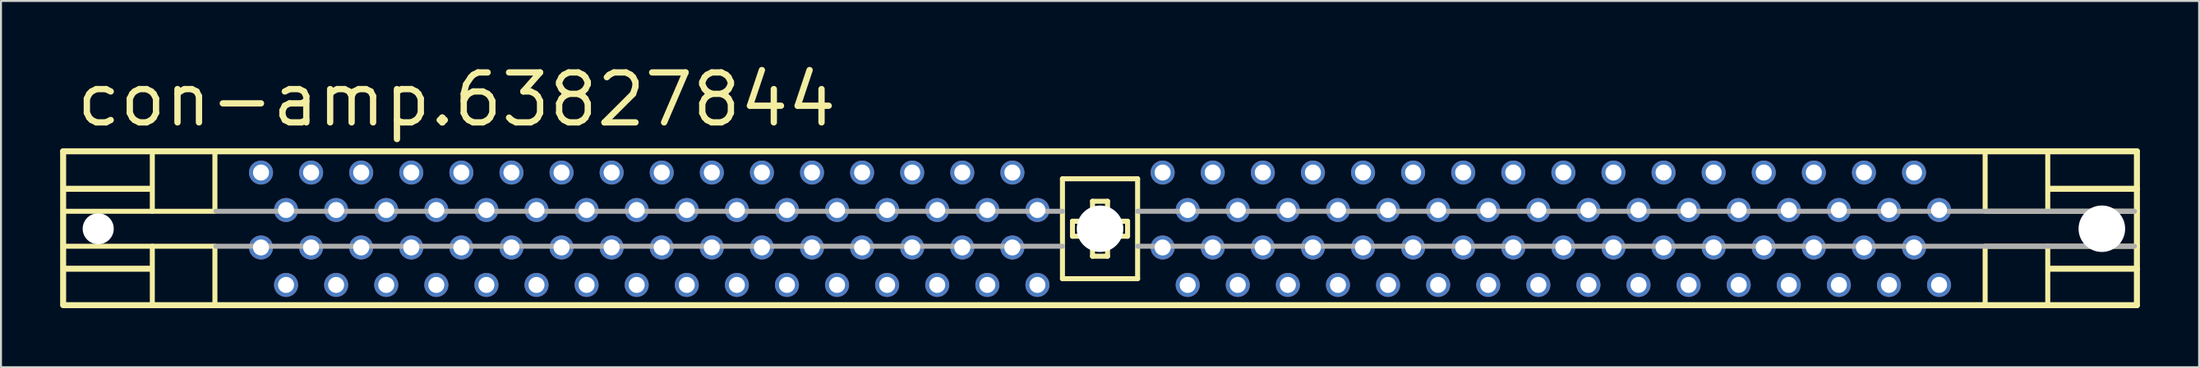
<source format=kicad_pcb>
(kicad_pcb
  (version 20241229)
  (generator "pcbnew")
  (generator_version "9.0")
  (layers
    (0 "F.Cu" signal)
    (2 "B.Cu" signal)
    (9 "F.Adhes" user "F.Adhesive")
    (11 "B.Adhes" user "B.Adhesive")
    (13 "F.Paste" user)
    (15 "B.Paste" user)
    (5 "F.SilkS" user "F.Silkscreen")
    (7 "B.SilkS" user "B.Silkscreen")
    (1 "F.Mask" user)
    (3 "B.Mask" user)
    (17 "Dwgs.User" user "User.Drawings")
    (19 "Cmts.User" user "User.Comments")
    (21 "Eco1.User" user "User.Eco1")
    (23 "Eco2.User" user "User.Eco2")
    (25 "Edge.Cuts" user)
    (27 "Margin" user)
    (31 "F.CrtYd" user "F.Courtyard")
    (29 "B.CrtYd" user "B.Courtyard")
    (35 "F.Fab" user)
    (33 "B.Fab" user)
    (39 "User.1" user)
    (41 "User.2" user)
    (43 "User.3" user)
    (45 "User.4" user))
  (footprint "con-amp.63827844"
    (layer "F.Cu")
    (at 52.73 8.58)
    (property "Reference" "con-amp.63827844" (at -52.07 -5.08 0) (layer "F.SilkS") (effects (font (size 2.54 2.54) (thickness 0.32)) (justify left bottom)))
    (attr through_hole)
    (fp_line (start -52.578 -3.937) (end -52.578 3.81) (stroke (width 0.305) (type default)) (layer "F.SilkS"))
    (fp_line (start -52.578 -3.937) (end 52.578 -3.937) (stroke (width 0.305) (type default)) (layer "F.SilkS"))
    (fp_line (start -52.578 -0.889) (end -44.958 -0.889) (stroke (width 0.254) (type default)) (layer "F.SilkS"))
    (fp_line (start -52.578 0.889) (end -44.958 0.889) (stroke (width 0.254) (type default)) (layer "F.SilkS"))
    (fp_line (start -52.451 -2.032) (end -48.133 -2.032) (stroke (width 0.305) (type default)) (layer "F.SilkS"))
    (fp_line (start -52.451 2.032) (end -48.133 2.032) (stroke (width 0.305) (type default)) (layer "F.SilkS"))
    (fp_line (start -48.057 -3.861) (end -48.057 -0.889) (stroke (width 0.254) (type default)) (layer "F.SilkS"))
    (fp_line (start -48.057 0.889) (end -48.057 3.81) (stroke (width 0.254) (type default)) (layer "F.SilkS"))
    (fp_line (start -44.882 -3.861) (end -44.882 -0.889) (stroke (width 0.254) (type default)) (layer "F.SilkS"))
    (fp_line (start -44.882 0.889) (end -44.882 3.81) (stroke (width 0.254) (type default)) (layer "F.SilkS"))
    (fp_line (start -1.905 -2.54) (end -1.905 2.54) (stroke (width 0.254) (type default)) (layer "F.SilkS"))
    (fp_line (start -1.905 2.54) (end 1.905 2.54) (stroke (width 0.254) (type default)) (layer "F.SilkS"))
    (fp_line (start -1.397 -0.381) (end -1.397 0.381) (stroke (width 0.254) (type default)) (layer "F.SilkS"))
    (fp_line (start -1.397 0.381) (end -0.381 0.381) (stroke (width 0.254) (type default)) (layer "F.SilkS"))
    (fp_line (start -0.381 -1.397) (end -0.381 -0.381) (stroke (width 0.254) (type default)) (layer "F.SilkS"))
    (fp_line (start -0.381 -0.381) (end -1.397 -0.381) (stroke (width 0.254) (type default)) (layer "F.SilkS"))
    (fp_line (start -0.381 0.381) (end -0.381 1.397) (stroke (width 0.254) (type default)) (layer "F.SilkS"))
    (fp_line (start -0.381 1.397) (end 0.381 1.397) (stroke (width 0.254) (type default)) (layer "F.SilkS"))
    (fp_line (start 0.381 -1.397) (end -0.381 -1.397) (stroke (width 0.254) (type default)) (layer "F.SilkS"))
    (fp_line (start 0.381 -0.381) (end 0.381 -1.397) (stroke (width 0.254) (type default)) (layer "F.SilkS"))
    (fp_line (start 0.381 0.381) (end 1.397 0.381) (stroke (width 0.254) (type default)) (layer "F.SilkS"))
    (fp_line (start 0.381 1.397) (end 0.381 0.381) (stroke (width 0.254) (type default)) (layer "F.SilkS"))
    (fp_line (start 1.397 -0.381) (end 0.381 -0.381) (stroke (width 0.254) (type default)) (layer "F.SilkS"))
    (fp_line (start 1.397 0.381) (end 1.397 -0.381) (stroke (width 0.254) (type default)) (layer "F.SilkS"))
    (fp_line (start 1.905 -2.54) (end -1.905 -2.54) (stroke (width 0.254) (type default)) (layer "F.SilkS"))
    (fp_line (start 1.905 2.54) (end 1.905 -2.54) (stroke (width 0.254) (type default)) (layer "F.SilkS"))
    (fp_line (start 44.882 -3.861) (end 44.882 -0.889) (stroke (width 0.254) (type default)) (layer "F.SilkS"))
    (fp_line (start 44.882 0.889) (end 44.882 3.81) (stroke (width 0.254) (type default)) (layer "F.SilkS"))
    (fp_line (start 48.057 -3.861) (end 48.057 -0.889) (stroke (width 0.254) (type default)) (layer "F.SilkS"))
    (fp_line (start 48.057 0.889) (end 48.057 3.81) (stroke (width 0.254) (type default)) (layer "F.SilkS"))
    (fp_line (start 52.578 -3.937) (end 52.578 -2.032) (stroke (width 0.305) (type default)) (layer "F.SilkS"))
    (fp_line (start 52.578 -2.032) (end 48.133 -2.032) (stroke (width 0.305) (type default)) (layer "F.SilkS"))
    (fp_line (start 52.578 -2.032) (end 52.578 -0.889) (stroke (width 0.305) (type default)) (layer "F.SilkS"))
    (fp_line (start 52.578 -0.889) (end 44.958 -0.889) (stroke (width 0.254) (type default)) (layer "F.SilkS"))
    (fp_line (start 52.578 -0.889) (end 52.578 0.889) (stroke (width 0.305) (type default)) (layer "F.SilkS"))
    (fp_line (start 52.578 0.889) (end 44.958 0.889) (stroke (width 0.254) (type default)) (layer "F.SilkS"))
    (fp_line (start 52.578 0.889) (end 52.578 2.032) (stroke (width 0.305) (type default)) (layer "F.SilkS"))
    (fp_line (start 52.578 2.032) (end 48.133 2.032) (stroke (width 0.305) (type default)) (layer "F.SilkS"))
    (fp_line (start 52.578 2.032) (end 52.578 3.886) (stroke (width 0.305) (type default)) (layer "F.SilkS"))
    (fp_line (start 52.578 3.886) (end -52.578 3.886) (stroke (width 0.305) (type default)) (layer "F.SilkS"))
    (fp_line (start -44.831 -0.889) (end -1.905 -0.889) (stroke (width 0.254) (type default)) (layer "F.Fab"))
    (fp_line (start -44.831 0.889) (end -1.905 0.889) (stroke (width 0.254) (type default)) (layer "F.Fab"))
    (fp_line (start 1.905 -0.889) (end 52.451 -0.889) (stroke (width 0.254) (type default)) (layer "F.Fab"))
    (fp_line (start 1.905 0.889) (end 52.451 0.889) (stroke (width 0.254) (type default)) (layer "F.Fab"))
    (pad "" np_thru_hole circle (at -50.8 0) (size 1.575 1.575) (drill 1.575) (layers "*.Cu" "*.Mask"))
    (pad "" np_thru_hole circle (at 0 0) (size 2.362 2.362) (drill 2.362) (layers "*.Cu" "*.Mask"))
    (pad "" np_thru_hole circle (at 50.8 0) (size 2.362 2.362) (drill 2.362) (layers "*.Cu" "*.Mask"))
    (pad "1" thru_hole circle (at -42.545 0.953) (size 1.219 1.219) (drill 0.813) (layers "*.Cu" "*.Mask"))
    (pad "2" thru_hole circle (at -41.275 2.857) (size 1.219 1.219) (drill 0.813) (layers "*.Cu" "*.Mask"))
    (pad "3" thru_hole circle (at -40.005 0.953) (size 1.219 1.219) (drill 0.813) (layers "*.Cu" "*.Mask"))
    (pad "4" thru_hole circle (at -38.735 2.857) (size 1.219 1.219) (drill 0.813) (layers "*.Cu" "*.Mask"))
    (pad "5" thru_hole circle (at -37.465 0.953) (size 1.219 1.219) (drill 0.813) (layers "*.Cu" "*.Mask"))
    (pad "6" thru_hole circle (at -36.195 2.857) (size 1.219 1.219) (drill 0.813) (layers "*.Cu" "*.Mask"))
    (pad "7" thru_hole circle (at -34.925 0.953) (size 1.219 1.219) (drill 0.813) (layers "*.Cu" "*.Mask"))
    (pad "8" thru_hole circle (at -33.655 2.857) (size 1.219 1.219) (drill 0.813) (layers "*.Cu" "*.Mask"))
    (pad "9" thru_hole circle (at -32.385 0.953) (size 1.219 1.219) (drill 0.813) (layers "*.Cu" "*.Mask"))
    (pad "10" thru_hole circle (at -31.115 2.857) (size 1.219 1.219) (drill 0.813) (layers "*.Cu" "*.Mask"))
    (pad "11" thru_hole circle (at -29.845 0.953) (size 1.219 1.219) (drill 0.813) (layers "*.Cu" "*.Mask"))
    (pad "12" thru_hole circle (at -28.575 2.857) (size 1.219 1.219) (drill 0.813) (layers "*.Cu" "*.Mask"))
    (pad "13" thru_hole circle (at -27.305 0.953) (size 1.219 1.219) (drill 0.813) (layers "*.Cu" "*.Mask"))
    (pad "14" thru_hole circle (at -26.035 2.857) (size 1.219 1.219) (drill 0.813) (layers "*.Cu" "*.Mask"))
    (pad "15" thru_hole circle (at -24.765 0.953) (size 1.219 1.219) (drill 0.813) (layers "*.Cu" "*.Mask"))
    (pad "16" thru_hole circle (at -23.495 2.857) (size 1.219 1.219) (drill 0.813) (layers "*.Cu" "*.Mask"))
    (pad "17" thru_hole circle (at -22.225 0.953) (size 1.219 1.219) (drill 0.813) (layers "*.Cu" "*.Mask"))
    (pad "18" thru_hole circle (at -20.955 2.857) (size 1.219 1.219) (drill 0.813) (layers "*.Cu" "*.Mask"))
    (pad "19" thru_hole circle (at -19.685 0.953) (size 1.219 1.219) (drill 0.813) (layers "*.Cu" "*.Mask"))
    (pad "20" thru_hole circle (at -18.415 2.857) (size 1.219 1.219) (drill 0.813) (layers "*.Cu" "*.Mask"))
    (pad "21" thru_hole circle (at -17.145 0.953) (size 1.219 1.219) (drill 0.813) (layers "*.Cu" "*.Mask"))
    (pad "22" thru_hole circle (at -15.875 2.857) (size 1.219 1.219) (drill 0.813) (layers "*.Cu" "*.Mask"))
    (pad "23" thru_hole circle (at -14.605 0.953) (size 1.219 1.219) (drill 0.813) (layers "*.Cu" "*.Mask"))
    (pad "24" thru_hole circle (at -13.335 2.857) (size 1.219 1.219) (drill 0.813) (layers "*.Cu" "*.Mask"))
    (pad "25" thru_hole circle (at -12.065 0.953) (size 1.219 1.219) (drill 0.813) (layers "*.Cu" "*.Mask"))
    (pad "26" thru_hole circle (at -10.795 2.857) (size 1.219 1.219) (drill 0.813) (layers "*.Cu" "*.Mask"))
    (pad "27" thru_hole circle (at -9.525 0.953) (size 1.219 1.219) (drill 0.813) (layers "*.Cu" "*.Mask"))
    (pad "28" thru_hole circle (at -8.255 2.857) (size 1.219 1.219) (drill 0.813) (layers "*.Cu" "*.Mask"))
    (pad "29" thru_hole circle (at -6.985 0.953) (size 1.219 1.219) (drill 0.813) (layers "*.Cu" "*.Mask"))
    (pad "30" thru_hole circle (at -5.715 2.857) (size 1.219 1.219) (drill 0.813) (layers "*.Cu" "*.Mask"))
    (pad "31" thru_hole circle (at -4.445 0.953) (size 1.219 1.219) (drill 0.813) (layers "*.Cu" "*.Mask"))
    (pad "32" thru_hole circle (at -3.175 2.857) (size 1.219 1.219) (drill 0.813) (layers "*.Cu" "*.Mask"))
    (pad "33" thru_hole circle (at 3.175 0.953) (size 1.219 1.219) (drill 0.813) (layers "*.Cu" "*.Mask"))
    (pad "34" thru_hole circle (at 4.445 2.857) (size 1.219 1.219) (drill 0.813) (layers "*.Cu" "*.Mask"))
    (pad "35" thru_hole circle (at 5.715 0.953) (size 1.219 1.219) (drill 0.813) (layers "*.Cu" "*.Mask"))
    (pad "36" thru_hole circle (at 6.985 2.857) (size 1.219 1.219) (drill 0.813) (layers "*.Cu" "*.Mask"))
    (pad "37" thru_hole circle (at 8.255 0.953) (size 1.219 1.219) (drill 0.813) (layers "*.Cu" "*.Mask"))
    (pad "38" thru_hole circle (at 9.525 2.857) (size 1.219 1.219) (drill 0.813) (layers "*.Cu" "*.Mask"))
    (pad "39" thru_hole circle (at 10.795 0.953) (size 1.219 1.219) (drill 0.813) (layers "*.Cu" "*.Mask"))
    (pad "40" thru_hole circle (at 12.065 2.857) (size 1.219 1.219) (drill 0.813) (layers "*.Cu" "*.Mask"))
    (pad "41" thru_hole circle (at 13.335 0.953) (size 1.219 1.219) (drill 0.813) (layers "*.Cu" "*.Mask"))
    (pad "42" thru_hole circle (at 14.605 2.857) (size 1.219 1.219) (drill 0.813) (layers "*.Cu" "*.Mask"))
    (pad "43" thru_hole circle (at 15.875 0.953) (size 1.219 1.219) (drill 0.813) (layers "*.Cu" "*.Mask"))
    (pad "44" thru_hole circle (at 17.145 2.857) (size 1.219 1.219) (drill 0.813) (layers "*.Cu" "*.Mask"))
    (pad "45" thru_hole circle (at 18.415 0.953) (size 1.219 1.219) (drill 0.813) (layers "*.Cu" "*.Mask"))
    (pad "46" thru_hole circle (at 19.685 2.857) (size 1.219 1.219) (drill 0.813) (layers "*.Cu" "*.Mask"))
    (pad "47" thru_hole circle (at 20.955 0.953) (size 1.219 1.219) (drill 0.813) (layers "*.Cu" "*.Mask"))
    (pad "48" thru_hole circle (at 22.225 2.857) (size 1.219 1.219) (drill 0.813) (layers "*.Cu" "*.Mask"))
    (pad "49" thru_hole circle (at 23.495 0.953) (size 1.219 1.219) (drill 0.813) (layers "*.Cu" "*.Mask"))
    (pad "50" thru_hole circle (at 24.765 2.857) (size 1.219 1.219) (drill 0.813) (layers "*.Cu" "*.Mask"))
    (pad "51" thru_hole circle (at 26.035 0.953) (size 1.219 1.219) (drill 0.813) (layers "*.Cu" "*.Mask"))
    (pad "52" thru_hole circle (at 27.305 2.857) (size 1.219 1.219) (drill 0.813) (layers "*.Cu" "*.Mask"))
    (pad "53" thru_hole circle (at 28.575 0.953) (size 1.219 1.219) (drill 0.813) (layers "*.Cu" "*.Mask"))
    (pad "54" thru_hole circle (at 29.845 2.857) (size 1.219 1.219) (drill 0.813) (layers "*.Cu" "*.Mask"))
    (pad "55" thru_hole circle (at 31.115 0.953) (size 1.219 1.219) (drill 0.813) (layers "*.Cu" "*.Mask"))
    (pad "56" thru_hole circle (at 32.385 2.857) (size 1.219 1.219) (drill 0.813) (layers "*.Cu" "*.Mask"))
    (pad "57" thru_hole circle (at 33.655 0.953) (size 1.219 1.219) (drill 0.813) (layers "*.Cu" "*.Mask"))
    (pad "58" thru_hole circle (at 34.925 2.857) (size 1.219 1.219) (drill 0.813) (layers "*.Cu" "*.Mask"))
    (pad "59" thru_hole circle (at 36.195 0.953) (size 1.219 1.219) (drill 0.813) (layers "*.Cu" "*.Mask"))
    (pad "60" thru_hole circle (at 37.465 2.857) (size 1.219 1.219) (drill 0.813) (layers "*.Cu" "*.Mask"))
    (pad "61" thru_hole circle (at 38.735 0.953) (size 1.219 1.219) (drill 0.813) (layers "*.Cu" "*.Mask"))
    (pad "62" thru_hole circle (at 40.005 2.857) (size 1.219 1.219) (drill 0.813) (layers "*.Cu" "*.Mask"))
    (pad "63" thru_hole circle (at 41.275 0.953) (size 1.219 1.219) (drill 0.813) (layers "*.Cu" "*.Mask"))
    (pad "64" thru_hole circle (at 42.545 2.857) (size 1.219 1.219) (drill 0.813) (layers "*.Cu" "*.Mask"))
    (pad "65" thru_hole circle (at -42.545 -2.857) (size 1.219 1.219) (drill 0.813) (layers "*.Cu" "*.Mask"))
    (pad "66" thru_hole circle (at -41.275 -0.953) (size 1.219 1.219) (drill 0.813) (layers "*.Cu" "*.Mask"))
    (pad "67" thru_hole circle (at -40.005 -2.857) (size 1.219 1.219) (drill 0.813) (layers "*.Cu" "*.Mask"))
    (pad "68" thru_hole circle (at -38.735 -0.953) (size 1.219 1.219) (drill 0.813) (layers "*.Cu" "*.Mask"))
    (pad "69" thru_hole circle (at -37.465 -2.857) (size 1.219 1.219) (drill 0.813) (layers "*.Cu" "*.Mask"))
    (pad "70" thru_hole circle (at -36.195 -0.953) (size 1.219 1.219) (drill 0.813) (layers "*.Cu" "*.Mask"))
    (pad "71" thru_hole circle (at -34.925 -2.857) (size 1.219 1.219) (drill 0.813) (layers "*.Cu" "*.Mask"))
    (pad "72" thru_hole circle (at -33.655 -0.953) (size 1.219 1.219) (drill 0.813) (layers "*.Cu" "*.Mask"))
    (pad "73" thru_hole circle (at -32.385 -2.857) (size 1.219 1.219) (drill 0.813) (layers "*.Cu" "*.Mask"))
    (pad "74" thru_hole circle (at -31.115 -0.953) (size 1.219 1.219) (drill 0.813) (layers "*.Cu" "*.Mask"))
    (pad "75" thru_hole circle (at -29.845 -2.857) (size 1.219 1.219) (drill 0.813) (layers "*.Cu" "*.Mask"))
    (pad "76" thru_hole circle (at -28.575 -0.953) (size 1.219 1.219) (drill 0.813) (layers "*.Cu" "*.Mask"))
    (pad "77" thru_hole circle (at -27.305 -2.857) (size 1.219 1.219) (drill 0.813) (layers "*.Cu" "*.Mask"))
    (pad "78" thru_hole circle (at -26.035 -0.953) (size 1.219 1.219) (drill 0.813) (layers "*.Cu" "*.Mask"))
    (pad "79" thru_hole circle (at -24.765 -2.857) (size 1.219 1.219) (drill 0.813) (layers "*.Cu" "*.Mask"))
    (pad "80" thru_hole circle (at -23.495 -0.953) (size 1.219 1.219) (drill 0.813) (layers "*.Cu" "*.Mask"))
    (pad "81" thru_hole circle (at -22.225 -2.857) (size 1.219 1.219) (drill 0.813) (layers "*.Cu" "*.Mask"))
    (pad "82" thru_hole circle (at -20.955 -0.953) (size 1.219 1.219) (drill 0.813) (layers "*.Cu" "*.Mask"))
    (pad "83" thru_hole circle (at -19.685 -2.857) (size 1.219 1.219) (drill 0.813) (layers "*.Cu" "*.Mask"))
    (pad "84" thru_hole circle (at -18.415 -0.953) (size 1.219 1.219) (drill 0.813) (layers "*.Cu" "*.Mask"))
    (pad "85" thru_hole circle (at -17.145 -2.857) (size 1.219 1.219) (drill 0.813) (layers "*.Cu" "*.Mask"))
    (pad "86" thru_hole circle (at -15.875 -0.953) (size 1.219 1.219) (drill 0.813) (layers "*.Cu" "*.Mask"))
    (pad "87" thru_hole circle (at -14.605 -2.857) (size 1.219 1.219) (drill 0.813) (layers "*.Cu" "*.Mask"))
    (pad "88" thru_hole circle (at -13.335 -0.953) (size 1.219 1.219) (drill 0.813) (layers "*.Cu" "*.Mask"))
    (pad "89" thru_hole circle (at -12.065 -2.857) (size 1.219 1.219) (drill 0.813) (layers "*.Cu" "*.Mask"))
    (pad "90" thru_hole circle (at -10.795 -0.953) (size 1.219 1.219) (drill 0.813) (layers "*.Cu" "*.Mask"))
    (pad "91" thru_hole circle (at -9.525 -2.857) (size 1.219 1.219) (drill 0.813) (layers "*.Cu" "*.Mask"))
    (pad "92" thru_hole circle (at -8.255 -0.953) (size 1.219 1.219) (drill 0.813) (layers "*.Cu" "*.Mask"))
    (pad "93" thru_hole circle (at -6.985 -2.857) (size 1.219 1.219) (drill 0.813) (layers "*.Cu" "*.Mask"))
    (pad "94" thru_hole circle (at -5.715 -0.953) (size 1.219 1.219) (drill 0.813) (layers "*.Cu" "*.Mask"))
    (pad "95" thru_hole circle (at -4.445 -2.857) (size 1.219 1.219) (drill 0.813) (layers "*.Cu" "*.Mask"))
    (pad "96" thru_hole circle (at -3.175 -0.953) (size 1.219 1.219) (drill 0.813) (layers "*.Cu" "*.Mask"))
    (pad "97" thru_hole circle (at 3.175 -2.857) (size 1.219 1.219) (drill 0.813) (layers "*.Cu" "*.Mask"))
    (pad "98" thru_hole circle (at 4.445 -0.953) (size 1.219 1.219) (drill 0.813) (layers "*.Cu" "*.Mask"))
    (pad "99" thru_hole circle (at 5.715 -2.857) (size 1.219 1.219) (drill 0.813) (layers "*.Cu" "*.Mask"))
    (pad "100" thru_hole circle (at 6.985 -0.953) (size 1.219 1.219) (drill 0.813) (layers "*.Cu" "*.Mask"))
    (pad "101" thru_hole circle (at 8.255 -2.857) (size 1.219 1.219) (drill 0.813) (layers "*.Cu" "*.Mask"))
    (pad "102" thru_hole circle (at 9.525 -0.953) (size 1.219 1.219) (drill 0.813) (layers "*.Cu" "*.Mask"))
    (pad "103" thru_hole circle (at 10.795 -2.857) (size 1.219 1.219) (drill 0.813) (layers "*.Cu" "*.Mask"))
    (pad "104" thru_hole circle (at 12.065 -0.953) (size 1.219 1.219) (drill 0.813) (layers "*.Cu" "*.Mask"))
    (pad "105" thru_hole circle (at 13.335 -2.857) (size 1.219 1.219) (drill 0.813) (layers "*.Cu" "*.Mask"))
    (pad "106" thru_hole circle (at 14.605 -0.953) (size 1.219 1.219) (drill 0.813) (layers "*.Cu" "*.Mask"))
    (pad "107" thru_hole circle (at 15.875 -2.857) (size 1.219 1.219) (drill 0.813) (layers "*.Cu" "*.Mask"))
    (pad "108" thru_hole circle (at 17.145 -0.953) (size 1.219 1.219) (drill 0.813) (layers "*.Cu" "*.Mask"))
    (pad "109" thru_hole circle (at 18.415 -2.857) (size 1.219 1.219) (drill 0.813) (layers "*.Cu" "*.Mask"))
    (pad "110" thru_hole circle (at 19.685 -0.953) (size 1.219 1.219) (drill 0.813) (layers "*.Cu" "*.Mask"))
    (pad "111" thru_hole circle (at 20.955 -2.857) (size 1.219 1.219) (drill 0.813) (layers "*.Cu" "*.Mask"))
    (pad "112" thru_hole circle (at 22.225 -0.953) (size 1.219 1.219) (drill 0.813) (layers "*.Cu" "*.Mask"))
    (pad "113" thru_hole circle (at 23.495 -2.857) (size 1.219 1.219) (drill 0.813) (layers "*.Cu" "*.Mask"))
    (pad "114" thru_hole circle (at 24.765 -0.953) (size 1.219 1.219) (drill 0.813) (layers "*.Cu" "*.Mask"))
    (pad "115" thru_hole circle (at 26.035 -2.857) (size 1.219 1.219) (drill 0.813) (layers "*.Cu" "*.Mask"))
    (pad "116" thru_hole circle (at 27.305 -0.953) (size 1.219 1.219) (drill 0.813) (layers "*.Cu" "*.Mask"))
    (pad "117" thru_hole circle (at 28.575 -2.857) (size 1.219 1.219) (drill 0.813) (layers "*.Cu" "*.Mask"))
    (pad "118" thru_hole circle (at 29.845 -0.953) (size 1.219 1.219) (drill 0.813) (layers "*.Cu" "*.Mask"))
    (pad "119" thru_hole circle (at 31.115 -2.857) (size 1.219 1.219) (drill 0.813) (layers "*.Cu" "*.Mask"))
    (pad "120" thru_hole circle (at 32.385 -0.953) (size 1.219 1.219) (drill 0.813) (layers "*.Cu" "*.Mask"))
    (pad "121" thru_hole circle (at 33.655 -2.857) (size 1.219 1.219) (drill 0.813) (layers "*.Cu" "*.Mask"))
    (pad "122" thru_hole circle (at 34.925 -0.953) (size 1.219 1.219) (drill 0.813) (layers "*.Cu" "*.Mask"))
    (pad "123" thru_hole circle (at 36.195 -2.857) (size 1.219 1.219) (drill 0.813) (layers "*.Cu" "*.Mask"))
    (pad "124" thru_hole circle (at 37.465 -0.953) (size 1.219 1.219) (drill 0.813) (layers "*.Cu" "*.Mask"))
    (pad "125" thru_hole circle (at 38.735 -2.857) (size 1.219 1.219) (drill 0.813) (layers "*.Cu" "*.Mask"))
    (pad "126" thru_hole circle (at 40.005 -0.953) (size 1.219 1.219) (drill 0.813) (layers "*.Cu" "*.Mask"))
    (pad "127" thru_hole circle (at 41.275 -2.857) (size 1.219 1.219) (drill 0.813) (layers "*.Cu" "*.Mask"))
    (pad "128" thru_hole circle (at 42.545 -0.953) (size 1.219 1.219) (drill 0.813) (layers "*.Cu" "*.Mask")))
  (gr_rect
    (start -3 -3)
    (end 108.461 15.619)
    (stroke (width 0.1) (type default))
    (fill no)
    (layer "Edge.Cuts")))
</source>
